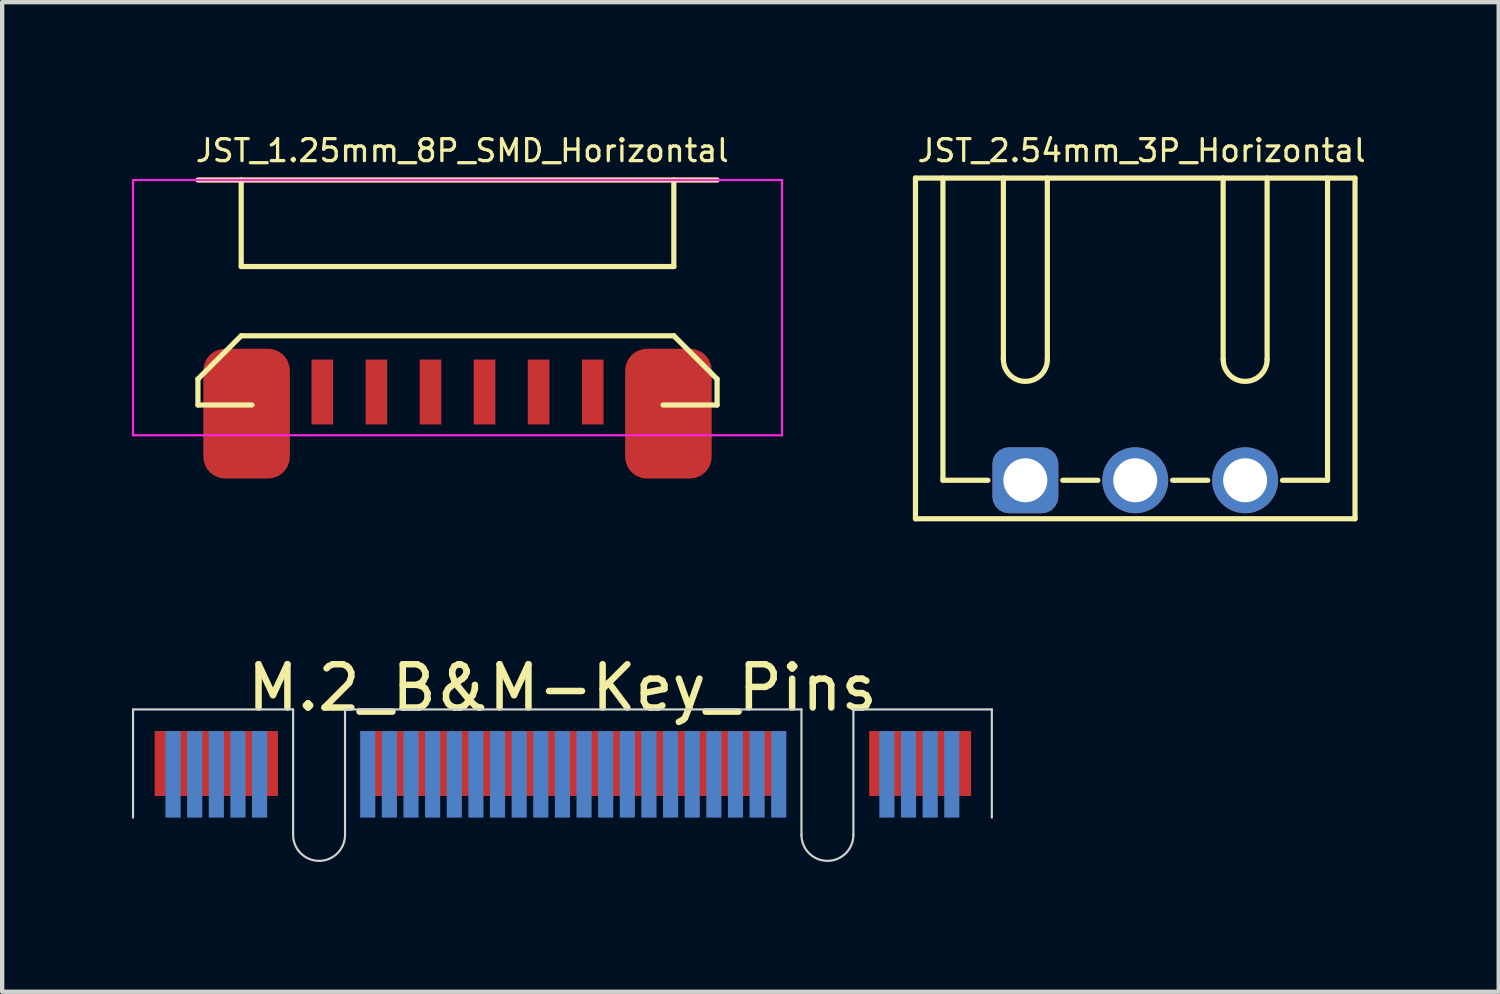
<source format=kicad_pcb>
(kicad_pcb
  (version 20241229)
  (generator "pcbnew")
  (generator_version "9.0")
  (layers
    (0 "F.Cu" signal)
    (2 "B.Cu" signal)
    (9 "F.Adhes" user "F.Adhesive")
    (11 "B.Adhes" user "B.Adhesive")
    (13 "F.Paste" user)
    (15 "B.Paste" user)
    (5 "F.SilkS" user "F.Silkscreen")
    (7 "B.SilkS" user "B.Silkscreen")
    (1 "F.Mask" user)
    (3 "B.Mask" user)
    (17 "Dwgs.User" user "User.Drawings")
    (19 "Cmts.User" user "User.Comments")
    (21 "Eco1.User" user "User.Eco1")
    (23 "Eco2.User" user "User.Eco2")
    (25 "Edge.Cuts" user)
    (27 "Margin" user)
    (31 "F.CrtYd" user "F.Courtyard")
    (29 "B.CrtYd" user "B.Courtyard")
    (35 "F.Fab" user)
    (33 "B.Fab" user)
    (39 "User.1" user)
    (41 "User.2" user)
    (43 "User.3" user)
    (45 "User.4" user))
  (footprint "M.2_B&M-Key_Pins"
    (layer "F.Cu")
    (at 9.95 15.848)
    (property "Reference" "M.2_B&M-Key_Pins" (at 0 -3 0) (layer "F.SilkS") (effects (font (size 1 1) (thickness 0.15))))
    (attr through_hole)
    (fp_line (start -9.925 0) (end -9.925 -2.5) (stroke (width 0.05) (type default)) (layer "Edge.Cuts"))
    (fp_line (start -6.225 -2.5) (end -9.925 -2.5) (stroke (width 0.05) (type default)) (layer "Edge.Cuts"))
    (fp_line (start -6.225 -2.5) (end -6.225 0.4) (stroke (width 0.05) (type default)) (layer "Edge.Cuts"))
    (fp_line (start -5.025 -2.5) (end -5.025 0.4) (stroke (width 0.05) (type default)) (layer "Edge.Cuts"))
    (fp_line (start -5.025 -2.5) (end 5.525 -2.5) (stroke (width 0.05) (type default)) (layer "Edge.Cuts"))
    (fp_line (start 5.525 -2.5) (end 5.525 0.4) (stroke (width 0.05) (type default)) (layer "Edge.Cuts"))
    (fp_line (start 6.725 -2.5) (end 6.725 0.4) (stroke (width 0.05) (type default)) (layer "Edge.Cuts"))
    (fp_line (start 6.725 -2.5) (end 9.925 -2.5) (stroke (width 0.05) (type default)) (layer "Edge.Cuts"))
    (fp_line (start 9.925 0) (end 9.925 -2.5) (stroke (width 0.05) (type default)) (layer "Edge.Cuts"))
    (fp_arc (start -5.025 0.4) (mid -5.625 1) (end -6.225 0.4) (stroke (width 0.05) (type default)) (layer "Edge.Cuts"))
    (fp_arc (start 6.725 0.4) (mid 6.125 1) (end 5.525 0.4) (stroke (width 0.05) (type default)) (layer "Edge.Cuts"))
    (pad "1" smd rect (at -9.25 -1) (size 0.35 1.5) (drill (offset 0 -0.25)) (layers "F.Cu" "F.Mask" "F.Paste"))
    (pad "2" smd rect (at -9 -1) (size 0.35 2) (layers "B.Cu" "B.Mask" "B.Paste"))
    (pad "3" smd rect (at -8.75 -1) (size 0.35 1.5) (drill (offset 0 -0.25)) (layers "F.Cu" "F.Mask" "F.Paste"))
    (pad "4" smd rect (at -8.5 -1) (size 0.35 2) (layers "B.Cu" "B.Mask" "B.Paste"))
    (pad "5" smd rect (at -8.25 -1) (size 0.35 1.5) (drill (offset 0 -0.25)) (layers "F.Cu" "F.Mask" "F.Paste"))
    (pad "6" smd rect (at -8 -1) (size 0.35 2) (layers "B.Cu" "B.Mask" "B.Paste"))
    (pad "7" smd rect (at -7.75 -1) (size 0.35 1.5) (drill (offset 0 -0.25)) (layers "F.Cu" "F.Mask" "F.Paste"))
    (pad "8" smd rect (at -7.5 -1) (size 0.35 2) (layers "B.Cu" "B.Mask" "B.Paste"))
    (pad "9" smd rect (at -7.25 -1) (size 0.35 1.5) (drill (offset 0 -0.25)) (layers "F.Cu" "F.Mask" "F.Paste"))
    (pad "10" smd rect (at -7 -1) (size 0.35 2) (layers "B.Cu" "B.Mask" "B.Paste"))
    (pad "11" smd rect (at -6.75 -1) (size 0.35 1.5) (drill (offset 0 -0.25)) (layers "F.Cu" "F.Mask" "F.Paste"))
    (pad "20" smd rect (at -4.5 -1) (size 0.35 2) (layers "B.Cu" "B.Mask" "B.Paste"))
    (pad "21" smd rect (at -4.25 -1) (size 0.35 1.5) (drill (offset 0 -0.25)) (layers "F.Cu" "F.Mask" "F.Paste"))
    (pad "22" smd rect (at -4 -1) (size 0.35 2) (layers "B.Cu" "B.Mask" "B.Paste"))
    (pad "23" smd rect (at -3.75 -1) (size 0.35 1.5) (drill (offset 0 -0.25)) (layers "F.Cu" "F.Mask" "F.Paste"))
    (pad "24" smd rect (at -3.5 -1) (size 0.35 2) (layers "B.Cu" "B.Mask" "B.Paste"))
    (pad "25" smd rect (at -3.246 -1) (size 0.35 1.5) (drill (offset 0 -0.25)) (layers "F.Cu" "F.Mask" "F.Paste"))
    (pad "26" smd rect (at -3 -1) (size 0.35 2) (layers "B.Cu" "B.Mask" "B.Paste"))
    (pad "27" smd rect (at -2.742 -1) (size 0.35 1.5) (drill (offset 0 -0.25)) (layers "F.Cu" "F.Mask" "F.Paste"))
    (pad "28" smd rect (at -2.5 -1) (size 0.35 2) (layers "B.Cu" "B.Mask" "B.Paste"))
    (pad "29" smd rect (at -2.237 -1) (size 0.35 1.5) (drill (offset 0 -0.25)) (layers "F.Cu" "F.Mask" "F.Paste"))
    (pad "30" smd rect (at -2 -1) (size 0.35 2) (layers "B.Cu" "B.Mask" "B.Paste"))
    (pad "31" smd rect (at -1.733 -1) (size 0.35 1.5) (drill (offset 0 -0.25)) (layers "F.Cu" "F.Mask" "F.Paste"))
    (pad "32" smd rect (at -1.5 -1) (size 0.35 2) (layers "B.Cu" "B.Mask" "B.Paste"))
    (pad "33" smd rect (at -1.229 -1) (size 0.35 1.5) (drill (offset 0 -0.25)) (layers "F.Cu" "F.Mask" "F.Paste"))
    (pad "34" smd rect (at -1 -1) (size 0.35 2) (layers "B.Cu" "B.Mask" "B.Paste"))
    (pad "35" smd rect (at -0.729 -1) (size 0.35 1.5) (drill (offset 0 -0.25)) (layers "F.Cu" "F.Mask" "F.Paste"))
    (pad "36" smd rect (at -0.5 -1) (size 0.35 2) (layers "B.Cu" "B.Mask" "B.Paste"))
    (pad "37" smd rect (at -0.229 -1) (size 0.35 1.5) (drill (offset 0 -0.25)) (layers "F.Cu" "F.Mask" "F.Paste"))
    (pad "38" smd rect (at 0 -1) (size 0.35 2) (layers "B.Cu" "B.Mask" "B.Paste"))
    (pad "39" smd rect (at 0.271 -1) (size 0.35 1.5) (drill (offset 0 -0.25)) (layers "F.Cu" "F.Mask" "F.Paste"))
    (pad "40" smd rect (at 0.5 -1) (size 0.35 2) (layers "B.Cu" "B.Mask" "B.Paste"))
    (pad "41" smd rect (at 0.771 -1) (size 0.35 1.5) (drill (offset 0 -0.25)) (layers "F.Cu" "F.Mask" "F.Paste"))
    (pad "42" smd rect (at 1 -1) (size 0.35 2) (layers "B.Cu" "B.Mask" "B.Paste"))
    (pad "43" smd rect (at 1.271 -1) (size 0.35 1.5) (drill (offset 0 -0.25)) (layers "F.Cu" "F.Mask" "F.Paste"))
    (pad "44" smd rect (at 1.5 -1) (size 0.35 2) (layers "B.Cu" "B.Mask" "B.Paste"))
    (pad "45" smd rect (at 1.771 -1) (size 0.35 1.5) (drill (offset 0 -0.25)) (layers "F.Cu" "F.Mask" "F.Paste"))
    (pad "46" smd rect (at 2 -1) (size 0.35 2) (layers "B.Cu" "B.Mask" "B.Paste"))
    (pad "47" smd rect (at 2.271 -1) (size 0.35 1.5) (drill (offset 0 -0.25)) (layers "F.Cu" "F.Mask" "F.Paste"))
    (pad "48" smd rect (at 2.5 -1) (size 0.35 2) (layers "B.Cu" "B.Mask" "B.Paste"))
    (pad "49" smd rect (at 2.771 -1) (size 0.35 1.5) (drill (offset 0 -0.25)) (layers "F.Cu" "F.Mask" "F.Paste"))
    (pad "50" smd rect (at 3 -1) (size 0.35 2) (layers "B.Cu" "B.Mask" "B.Paste"))
    (pad "51" smd rect (at 3.271 -1) (size 0.35 1.5) (drill (offset 0 -0.25)) (layers "F.Cu" "F.Mask" "F.Paste"))
    (pad "52" smd rect (at 3.5 -1) (size 0.35 2) (layers "B.Cu" "B.Mask" "B.Paste"))
    (pad "53" smd rect (at 3.771 -1) (size 0.35 1.5) (drill (offset 0 -0.25)) (layers "F.Cu" "F.Mask" "F.Paste"))
    (pad "54" smd rect (at 4 -1) (size 0.35 2) (layers "B.Cu" "B.Mask" "B.Paste"))
    (pad "55" smd rect (at 4.271 -1) (size 0.35 1.5) (drill (offset 0 -0.25)) (layers "F.Cu" "F.Mask" "F.Paste"))
    (pad "56" smd rect (at 4.5 -1) (size 0.35 2) (layers "B.Cu" "B.Mask" "B.Paste"))
    (pad "57" smd rect (at 4.771 -1) (size 0.35 1.5) (drill (offset 0 -0.25)) (layers "F.Cu" "F.Mask" "F.Paste"))
    (pad "58" smd rect (at 5 -1) (size 0.35 2) (layers "B.Cu" "B.Mask" "B.Paste"))
    (pad "67" smd rect (at 7.271 -1) (size 0.35 1.5) (drill (offset 0 -0.25)) (layers "F.Cu" "F.Mask" "F.Paste"))
    (pad "67" smd rect (at 7.271 -1) (size 0.35 1.5) (drill (offset 0 -0.25)) (layers "F.Cu" "F.Mask" "F.Paste"))
    (pad "68" smd rect (at 7.5 -1) (size 0.35 2) (layers "B.Cu" "B.Mask" "B.Paste"))
    (pad "69" smd rect (at 7.771 -1) (size 0.35 1.5) (drill (offset 0 -0.25)) (layers "F.Cu" "F.Mask" "F.Paste"))
    (pad "70" smd rect (at 8 -1) (size 0.35 2) (layers "B.Cu" "B.Mask" "B.Paste"))
    (pad "71" smd rect (at 8.271 -1) (size 0.35 1.5) (drill (offset 0 -0.25)) (layers "F.Cu" "F.Mask" "F.Paste"))
    (pad "72" smd rect (at 8.5 -1) (size 0.35 2) (layers "B.Cu" "B.Mask" "B.Paste"))
    (pad "73" smd rect (at 8.771 -1) (size 0.35 1.5) (drill (offset 0 -0.25)) (layers "F.Cu" "F.Mask" "F.Paste"))
    (pad "74" smd rect (at 9 -1) (size 0.35 2) (layers "B.Cu" "B.Mask" "B.Paste"))
    (pad "75" smd rect (at 9.271 -1) (size 0.35 1.5) (drill (offset 0 -0.25)) (layers "F.Cu" "F.Mask" "F.Paste")))
  (footprint "JST_2.54mm_3P_Horizontal"
    (layer "F.Cu")
    (at 23.19 8.051)
    (property "Reference" "JST_2.54mm_3P_Horizontal" (at -5.08 -7.62 0) (layer "F.SilkS") (effects (font (size 0.508 0.508) (thickness 0.076)) (justify left)))
    (attr through_hole)
    (fp_line (start -5.08 -6.985) (end -5.08 0.889) (stroke (width 0.12) (type solid)) (layer "F.SilkS"))
    (fp_line (start -5.08 -6.985) (end 5.08 -6.985) (stroke (width 0.12) (type solid)) (layer "F.SilkS"))
    (fp_line (start -5.08 0.889) (end 5.08 0.889) (stroke (width 0.12) (type solid)) (layer "F.SilkS"))
    (fp_line (start -4.445 -6.985) (end -4.445 0) (stroke (width 0.12) (type solid)) (layer "F.SilkS"))
    (fp_line (start -4.445 0) (end -3.404 0) (stroke (width 0.12) (type solid)) (layer "F.SilkS"))
    (fp_line (start -3.048 -6.985) (end -3.048 -2.794) (stroke (width 0.12) (type solid)) (layer "F.SilkS"))
    (fp_line (start -2.032 -6.985) (end -2.032 -2.794) (stroke (width 0.12) (type solid)) (layer "F.SilkS"))
    (fp_line (start -1.676 0) (end -0.864 0) (stroke (width 0.12) (type solid)) (layer "F.SilkS"))
    (fp_line (start 0.864 0) (end 1.676 0) (stroke (width 0.12) (type solid)) (layer "F.SilkS"))
    (fp_line (start 2.032 -6.985) (end 2.032 -2.794) (stroke (width 0.12) (type solid)) (layer "F.SilkS"))
    (fp_line (start 3.048 -6.985) (end 3.048 -2.794) (stroke (width 0.12) (type solid)) (layer "F.SilkS"))
    (fp_line (start 4.445 -6.985) (end 4.445 0) (stroke (width 0.12) (type solid)) (layer "F.SilkS"))
    (fp_line (start 4.445 0) (end 3.404 0) (stroke (width 0.12) (type solid)) (layer "F.SilkS"))
    (fp_line (start 5.08 -6.985) (end 5.08 0.889) (stroke (width 0.12) (type solid)) (layer "F.SilkS"))
    (fp_arc (start -2.032 -2.794) (mid -2.54 -2.286) (end -3.048 -2.794) (stroke (width 0.12) (type solid)) (layer "F.SilkS"))
    (fp_arc (start 3.048 -2.794) (mid 2.54 -2.286) (end 2.032 -2.794) (stroke (width 0.12) (type solid)) (layer "F.SilkS"))
    (pad "1" thru_hole roundrect (at -2.54 0) (size 1.524 1.524) (drill 1.016) (layers "*.Cu" "*.Mask") (roundrect_rratio 0.25))
    (pad "2" thru_hole circle (at 0 0) (size 1.524 1.524) (drill 1.016) (layers "*.Cu" "*.Mask"))
    (pad "3" thru_hole circle (at 2.54 0) (size 1.524 1.524) (drill 1.016) (layers "*.Cu" "*.Mask")))
  (footprint "JST_1.25mm_8P_SMD_Horizontal"
    (layer "F.Cu")
    (at 7.525 5.511)
    (property "Reference" "JST_1.25mm_8P_SMD_Horizontal" (at -6.096 -5.08 180) (layer "F.SilkS") (effects (font (size 0.508 0.508) (thickness 0.076)) (justify left)))
    (attr through_hole)
    (fp_line (start -6 0.8) (end -6 0.2) (stroke (width 0.12) (type solid)) (layer "F.SilkS"))
    (fp_line (start -5 -4.4) (end -5 -2.4) (stroke (width 0.12) (type solid)) (layer "F.SilkS"))
    (fp_line (start -5 -0.8) (end -6 0.2) (stroke (width 0.12) (type solid)) (layer "F.SilkS"))
    (fp_line (start -4.75 0.8) (end -6 0.8) (stroke (width 0.12) (type solid)) (layer "F.SilkS"))
    (fp_line (start 5 -4.4) (end 5 -2.4) (stroke (width 0.12) (type solid)) (layer "F.SilkS"))
    (fp_line (start 5 -2.4) (end -5 -2.4) (stroke (width 0.12) (type solid)) (layer "F.SilkS"))
    (fp_line (start 5 -0.8) (end -5 -0.8) (stroke (width 0.12) (type solid)) (layer "F.SilkS"))
    (fp_line (start 5 -0.8) (end 6 0.2) (stroke (width 0.12) (type solid)) (layer "F.SilkS"))
    (fp_line (start 6 -4.4) (end -6 -4.4) (stroke (width 0.12) (type solid)) (layer "F.SilkS"))
    (fp_line (start 6 0.8) (end 4.75 0.8) (stroke (width 0.12) (type solid)) (layer "F.SilkS"))
    (fp_line (start 6 0.8) (end 6 0.2) (stroke (width 0.12) (type solid)) (layer "F.SilkS"))
    (fp_line (start -7.5 -4.4) (end 7.5 -4.4) (stroke (width 0.05) (type solid)) (layer "F.CrtYd"))
    (fp_line (start -7.5 1.5) (end -7.5 -4.4) (stroke (width 0.05) (type solid)) (layer "F.CrtYd"))
    (fp_line (start 7.5 -4.4) (end 7.5 1.5) (stroke (width 0.05) (type solid)) (layer "F.CrtYd"))
    (fp_line (start 7.5 1.5) (end -7.5 1.5) (stroke (width 0.05) (type solid)) (layer "F.CrtYd"))
    (pad "" smd roundrect (at -5.875 -0.5 180) (size 2 3) (drill (offset -1 -1.5)) (layers "F.Cu" "F.Mask" "F.Paste") (roundrect_rratio 0.25))
    (pad "" smd roundrect (at 5.875 -0.5 180) (size 2 3) (drill (offset 1 -1.5)) (layers "F.Cu" "F.Mask" "F.Paste") (roundrect_rratio 0.25))
    (pad "1" smd rect (at -4.375 0.5 180) (size 0.5 1.5) (layers "F.Cu" "F.Mask" "F.Paste"))
    (pad "2" smd rect (at -3.125 0.5 180) (size 0.5 1.5) (layers "F.Cu" "F.Mask" "F.Paste"))
    (pad "3" smd rect (at -1.875 0.5 180) (size 0.5 1.5) (layers "F.Cu" "F.Mask" "F.Paste"))
    (pad "4" smd rect (at -0.625 0.5 180) (size 0.5 1.5) (layers "F.Cu" "F.Mask" "F.Paste"))
    (pad "5" smd rect (at 0.625 0.5 180) (size 0.5 1.5) (layers "F.Cu" "F.Mask" "F.Paste"))
    (pad "6" smd rect (at 1.875 0.5 180) (size 0.5 1.5) (layers "F.Cu" "F.Mask" "F.Paste"))
    (pad "7" smd rect (at 3.125 0.5 180) (size 0.5 1.5) (layers "F.Cu" "F.Mask" "F.Paste"))
    (pad "8" smd rect (at 4.375 0.5 180) (size 0.5 1.5) (layers "F.Cu" "F.Mask" "F.Paste")))
  (gr_rect
    (start -3 -3)
    (end 31.591 19.873)
    (stroke (width 0.1) (type default))
    (fill no)
    (layer "Edge.Cuts")))
</source>
